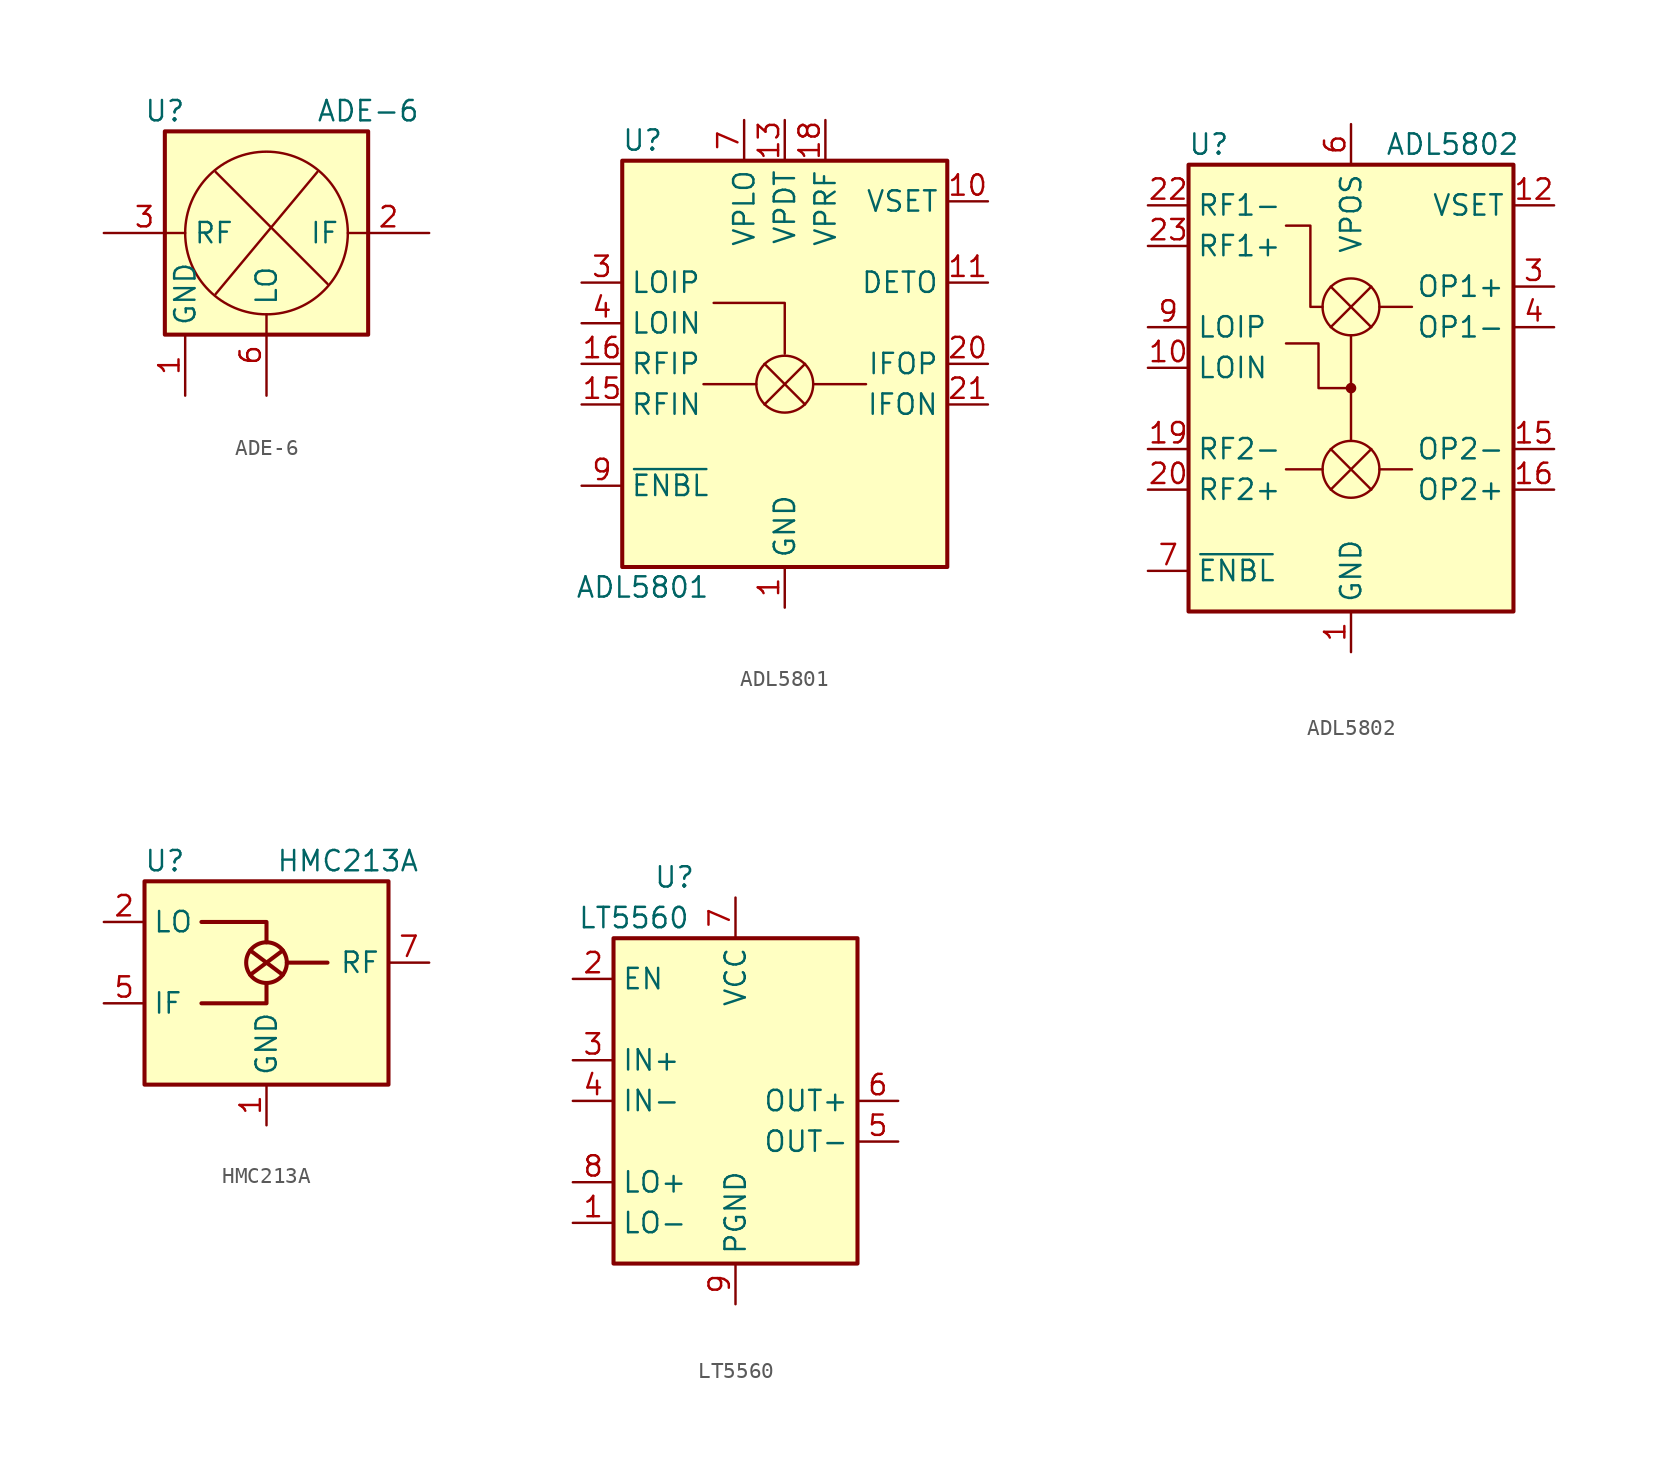
<source format=kicad_sym>
(kicad_symbol_lib
  (version 20201005)
  (generator kicad_symbol_editor)
  (symbol "RF_Mixer:ADE-6"
    (property "Reference" "U"
      (at -6.35 7.62 0)
      (effects (font (size 1.27 1.27))))
    (property "Value" "ADE-6"
      (at 6.35 7.62 0)
      (effects (font (size 1.27 1.27))))
    (symbol "ADE-6_0_1"
      (circle (center 0 0) (radius 5.08) (stroke (width 0)) (fill (type none)))
      (rectangle (start -6.35 6.35) (end 6.35 -6.35) (stroke (width 0.254)) (fill (type background)))
      (polyline (pts (xy -3.175 -3.81) (xy 3.175 3.81)) (stroke (width 0)) (fill (type none)))
      (polyline (pts (xy 3.81 -3.175) (xy -3.175 3.81)) (stroke (width 0)) (fill (type none))))
    (symbol "ADE-6_1_1"
      (pin power_in line (at -5.08 -10.16 90) (length 3.81) (name "GND" (effects (font (size 1.27 1.27)))) (number "1" (effects (font (size 1.27 1.27)))))
      (pin output line (at 10.16 0 180) (length 5.08) (name "IF" (effects (font (size 1.27 1.27)))) (number "2" (effects (font (size 1.27 1.27)))))
      (pin input line (at -10.16 0 0) (length 5.08) (name "RF" (effects (font (size 1.27 1.27)))) (number "3" (effects (font (size 1.27 1.27)))))
      (pin passive line (at -5.08 -10.16 90) (length 3.81) hide (name "GND" (effects (font (size 1.27 1.27)))) (number "4" (effects (font (size 1.27 1.27)))))
      (pin passive line (at -5.08 -10.16 90) (length 3.81) hide (name "GND" (effects (font (size 1.27 1.27)))) (number "5" (effects (font (size 1.27 1.27)))))
      (pin input line (at 0 -10.16 90) (length 5.08) (name "LO" (effects (font (size 1.27 1.27)))) (number "6" (effects (font (size 1.27 1.27)))))))
  (symbol "RF_Mixer:ADL5801"
    (property "Reference" "U"
      (at -8.89 13.97 0)
      (effects (font (size 1.27 1.27))))
    (property "Value" "ADL5801"
      (at -8.89 -13.97 0)
      (effects (font (size 1.27 1.27))))
    (symbol "ADL5801_0_1"
      (rectangle (start -10.16 12.7) (end 10.16 -12.7) (stroke (width 0.254)) (fill (type background)))
      (polyline (pts (xy -4.445 3.81) (xy 0 3.81) (xy 0 0.635)) (stroke (width 0)) (fill (type none))))
    (symbol "ADL5801_1_1"
      (circle (center 0 -1.27) (radius 1.778) (stroke (width 0)) (fill (type none)))
      (polyline (pts (xy -1.778 -1.27) (xy -5.08 -1.27)) (stroke (width 0)) (fill (type none)))
      (polyline (pts (xy -1.27 -2.54) (xy 1.27 0)) (stroke (width 0)) (fill (type none)))
      (polyline (pts (xy -1.27 0) (xy 1.27 -2.54)) (stroke (width 0)) (fill (type none)))
      (polyline (pts (xy 1.778 -1.27) (xy 5.08 -1.27)) (stroke (width 0)) (fill (type none)))
      (pin power_in line (at 0 -15.24 90) (length 2.54) (name "GND" (effects (font (size 1.27 1.27)))) (number "1" (effects (font (size 1.27 1.27)))))
      (pin input line (at 12.7 10.16 180) (length 2.54) (name "VSET" (effects (font (size 1.27 1.27)))) (number "10" (effects (font (size 1.27 1.27)))))
      (pin output line (at 12.7 5.08 180) (length 2.54) (name "DETO" (effects (font (size 1.27 1.27)))) (number "11" (effects (font (size 1.27 1.27)))))
      (pin passive line (at 0 -15.24 90) (length 2.54) hide (name "GND" (effects (font (size 1.27 1.27)))) (number "12" (effects (font (size 1.27 1.27)))))
      (pin power_in line (at 0 15.24 270) (length 2.54) (name "VPDT" (effects (font (size 1.27 1.27)))) (number "13" (effects (font (size 1.27 1.27)))))
      (pin passive line (at 0 -15.24 90) (length 2.54) hide (name "GND" (effects (font (size 1.27 1.27)))) (number "14" (effects (font (size 1.27 1.27)))))
      (pin input line (at -12.7 -2.54 0) (length 2.54) (name "RFIN" (effects (font (size 1.27 1.27)))) (number "15" (effects (font (size 1.27 1.27)))))
      (pin input line (at -12.7 0 0) (length 2.54) (name "RFIP" (effects (font (size 1.27 1.27)))) (number "16" (effects (font (size 1.27 1.27)))))
      (pin passive line (at 0 -15.24 90) (length 2.54) hide (name "GND" (effects (font (size 1.27 1.27)))) (number "17" (effects (font (size 1.27 1.27)))))
      (pin power_in line (at 2.54 15.24 270) (length 2.54) (name "VPRF" (effects (font (size 1.27 1.27)))) (number "18" (effects (font (size 1.27 1.27)))))
      (pin passive line (at 0 -15.24 90) (length 2.54) hide (name "GND" (effects (font (size 1.27 1.27)))) (number "19" (effects (font (size 1.27 1.27)))))
      (pin passive line (at 0 -15.24 90) (length 2.54) hide (name "GND" (effects (font (size 1.27 1.27)))) (number "2" (effects (font (size 1.27 1.27)))))
      (pin output line (at 12.7 0 180) (length 2.54) (name "IFOP" (effects (font (size 1.27 1.27)))) (number "20" (effects (font (size 1.27 1.27)))))
      (pin output line (at 12.7 -2.54 180) (length 2.54) (name "IFON" (effects (font (size 1.27 1.27)))) (number "21" (effects (font (size 1.27 1.27)))))
      (pin no_connect line (at 10.16 -7.62 180) (length 2.54) hide (name "NC" (effects (font (size 1.27 1.27)))) (number "22" (effects (font (size 1.27 1.27)))))
      (pin passive line (at 0 -15.24 90) (length 2.54) hide (name "GND" (effects (font (size 1.27 1.27)))) (number "23" (effects (font (size 1.27 1.27)))))
      (pin passive line (at -2.54 15.24 270) (length 2.54) hide (name "VPLO" (effects (font (size 1.27 1.27)))) (number "24" (effects (font (size 1.27 1.27)))))
      (pin passive line (at 0 -15.24 90) (length 2.54) hide (name "GND" (effects (font (size 1.27 1.27)))) (number "25" (effects (font (size 1.27 1.27)))))
      (pin input line (at -12.7 5.08 0) (length 2.54) (name "LOIP" (effects (font (size 1.27 1.27)))) (number "3" (effects (font (size 1.27 1.27)))))
      (pin input line (at -12.7 2.54 0) (length 2.54) (name "LOIN" (effects (font (size 1.27 1.27)))) (number "4" (effects (font (size 1.27 1.27)))))
      (pin passive line (at 0 -15.24 90) (length 2.54) hide (name "GND" (effects (font (size 1.27 1.27)))) (number "5" (effects (font (size 1.27 1.27)))))
      (pin passive line (at 0 -15.24 90) (length 2.54) hide (name "GND" (effects (font (size 1.27 1.27)))) (number "6" (effects (font (size 1.27 1.27)))))
      (pin power_in line (at -2.54 15.24 270) (length 2.54) (name "VPLO" (effects (font (size 1.27 1.27)))) (number "7" (effects (font (size 1.27 1.27)))))
      (pin passive line (at 0 -15.24 90) (length 2.54) hide (name "GND" (effects (font (size 1.27 1.27)))) (number "8" (effects (font (size 1.27 1.27)))))
      (pin input line (at -12.7 -7.62 0) (length 2.54) (name "~ENBL" (effects (font (size 1.27 1.27)))) (number "9" (effects (font (size 1.27 1.27)))))))
  (symbol "RF_Mixer:ADL5802"
    (property "Reference" "U"
      (at -8.89 16.51 0)
      (effects (font (size 1.27 1.27))))
    (property "Value" "ADL5802"
      (at 6.35 16.51 0)
      (effects (font (size 1.27 1.27))))
    (symbol "ADL5802_0_1"
      (circle (center 0 1.27) (radius 0.254) (stroke (width 0)) (fill (type outline)))
      (rectangle (start -10.16 15.24) (end 10.16 -12.7) (stroke (width 0.254)) (fill (type background)))
      (polyline (pts (xy -1.778 -3.81) (xy -4.064 -3.81)) (stroke (width 0)) (fill (type none)))
      (polyline (pts (xy 0 4.572) (xy 0 -2.032)) (stroke (width 0)) (fill (type none)))
      (polyline (pts (xy -1.778 6.35) (xy -2.54 6.35) (xy -2.54 11.43) (xy -4.064 11.43)) (stroke (width 0)) (fill (type none)))
      (polyline (pts (xy 0 1.27) (xy -2.032 1.27) (xy -2.032 4.064) (xy -3.048 4.064) (xy -4.064 4.064)) (stroke (width 0)) (fill (type none))))
    (symbol "ADL5802_1_1"
      (circle (center 0 -3.81) (radius 1.778) (stroke (width 0)) (fill (type none)))
      (circle (center 0 6.35) (radius 1.778) (stroke (width 0)) (fill (type none)))
      (rectangle (start 3.81 -3.81) (end 1.778 -3.81) (stroke (width 0)) (fill (type none)))
      (rectangle (start 3.81 6.35) (end 1.778 6.35) (stroke (width 0)) (fill (type none)))
      (polyline (pts (xy -1.27 -5.08) (xy 1.27 -2.54)) (stroke (width 0)) (fill (type none)))
      (polyline (pts (xy -1.27 -2.54) (xy 1.27 -5.08)) (stroke (width 0)) (fill (type none)))
      (polyline (pts (xy -1.27 5.08) (xy 1.27 7.62)) (stroke (width 0)) (fill (type none)))
      (polyline (pts (xy -1.27 7.62) (xy 1.27 5.08)) (stroke (width 0)) (fill (type none)))
      (pin power_in line (at 0 -15.24 90) (length 2.54) (name "GND" (effects (font (size 1.27 1.27)))) (number "1" (effects (font (size 1.27 1.27)))))
      (pin input line (at -12.7 2.54 0) (length 2.54) (name "LOIN" (effects (font (size 1.27 1.27)))) (number "10" (effects (font (size 1.27 1.27)))))
      (pin passive line (at 0 -15.24 90) (length 2.54) hide (name "GND" (effects (font (size 1.27 1.27)))) (number "11" (effects (font (size 1.27 1.27)))))
      (pin input line (at 12.7 12.7 180) (length 2.54) (name "VSET" (effects (font (size 1.27 1.27)))) (number "12" (effects (font (size 1.27 1.27)))))
      (pin passive line (at 0 17.78 270) (length 2.54) hide (name "VPOS" (effects (font (size 1.27 1.27)))) (number "13" (effects (font (size 1.27 1.27)))))
      (pin passive line (at 0 -15.24 90) (length 2.54) hide (name "GND" (effects (font (size 1.27 1.27)))) (number "14" (effects (font (size 1.27 1.27)))))
      (pin output line (at 12.7 -2.54 180) (length 2.54) (name "OP2-" (effects (font (size 1.27 1.27)))) (number "15" (effects (font (size 1.27 1.27)))))
      (pin output line (at 12.7 -5.08 180) (length 2.54) (name "OP2+" (effects (font (size 1.27 1.27)))) (number "16" (effects (font (size 1.27 1.27)))))
      (pin passive line (at 0 -15.24 90) (length 2.54) hide (name "GND" (effects (font (size 1.27 1.27)))) (number "17" (effects (font (size 1.27 1.27)))))
      (pin passive line (at 0 -15.24 90) (length 2.54) hide (name "GND" (effects (font (size 1.27 1.27)))) (number "18" (effects (font (size 1.27 1.27)))))
      (pin input line (at -12.7 -2.54 0) (length 2.54) (name "RF2-" (effects (font (size 1.27 1.27)))) (number "19" (effects (font (size 1.27 1.27)))))
      (pin passive line (at 0 -15.24 90) (length 2.54) hide (name "GND" (effects (font (size 1.27 1.27)))) (number "2" (effects (font (size 1.27 1.27)))))
      (pin input line (at -12.7 -5.08 0) (length 2.54) (name "RF2+" (effects (font (size 1.27 1.27)))) (number "20" (effects (font (size 1.27 1.27)))))
      (pin passive line (at 0 -15.24 90) (length 2.54) hide (name "GND" (effects (font (size 1.27 1.27)))) (number "21" (effects (font (size 1.27 1.27)))))
      (pin input line (at -12.7 12.7 0) (length 2.54) (name "RF1-" (effects (font (size 1.27 1.27)))) (number "22" (effects (font (size 1.27 1.27)))))
      (pin input line (at -12.7 10.16 0) (length 2.54) (name "RF1+" (effects (font (size 1.27 1.27)))) (number "23" (effects (font (size 1.27 1.27)))))
      (pin passive line (at 0 17.78 270) (length 2.54) hide (name "VPOS" (effects (font (size 1.27 1.27)))) (number "24" (effects (font (size 1.27 1.27)))))
      (pin passive line (at 0 -15.24 90) (length 2.54) hide (name "GND" (effects (font (size 1.27 1.27)))) (number "25" (effects (font (size 1.27 1.27)))))
      (pin output line (at 12.7 7.62 180) (length 2.54) (name "OP1+" (effects (font (size 1.27 1.27)))) (number "3" (effects (font (size 1.27 1.27)))))
      (pin output line (at 12.7 5.08 180) (length 2.54) (name "OP1-" (effects (font (size 1.27 1.27)))) (number "4" (effects (font (size 1.27 1.27)))))
      (pin passive line (at 0 -15.24 90) (length 2.54) hide (name "GND" (effects (font (size 1.27 1.27)))) (number "5" (effects (font (size 1.27 1.27)))))
      (pin power_in line (at 0 17.78 270) (length 2.54) (name "VPOS" (effects (font (size 1.27 1.27)))) (number "6" (effects (font (size 1.27 1.27)))))
      (pin input line (at -12.7 -10.16 0) (length 2.54) (name "~ENBL" (effects (font (size 1.27 1.27)))) (number "7" (effects (font (size 1.27 1.27)))))
      (pin passive line (at 0 -15.24 90) (length 2.54) hide (name "GND" (effects (font (size 1.27 1.27)))) (number "8" (effects (font (size 1.27 1.27)))))
      (pin input line (at -12.7 5.08 0) (length 2.54) (name "LOIP" (effects (font (size 1.27 1.27)))) (number "9" (effects (font (size 1.27 1.27)))))))
  (symbol "RF_Mixer:HMC213A"
    (property "Reference" "U"
      (at -6.35 8.89 0)
      (effects (font (size 1.27 1.27))))
    (property "Value" "HMC213A"
      (at 5.08 8.89 0)
      (effects (font (size 1.27 1.27))))
    (symbol "HMC213A_0_1"
      (circle (center 0 2.54) (radius 1.27) (stroke (width 0.254)) (fill (type none)))
      (rectangle (start -7.62 7.62) (end 7.62 -5.08) (stroke (width 0.254)) (fill (type background)))
      (polyline (pts (xy -1.016 1.778) (xy 1.016 3.302)) (stroke (width 0.254)) (fill (type none)))
      (polyline (pts (xy -1.016 3.302) (xy 1.016 1.778)) (stroke (width 0.254)) (fill (type none)))
      (polyline (pts (xy 1.27 2.54) (xy 3.81 2.54)) (stroke (width 0.254)) (fill (type none)))
      (polyline (pts (xy 0 1.27) (xy 0 0) (xy -4.064 0)) (stroke (width 0.254)) (fill (type none)))
      (polyline (pts (xy 0 3.81) (xy 0 5.08) (xy -4.064 5.08)) (stroke (width 0.254)) (fill (type none))))
    (symbol "HMC213A_1_1"
      (pin power_in line (at 0 -7.62 90) (length 2.54) (name "GND" (effects (font (size 1.27 1.27)))) (number "1" (effects (font (size 1.27 1.27)))))
      (pin passive line (at -10.16 5.08 0) (length 2.54) (name "LO" (effects (font (size 1.27 1.27)))) (number "2" (effects (font (size 1.27 1.27)))))
      (pin passive line (at 0 -7.62 90) (length 2.54) hide (name "GND" (effects (font (size 1.27 1.27)))) (number "3" (effects (font (size 1.27 1.27)))))
      (pin no_connect line (at 5.08 -5.08 90) (length 2.54) hide (name "NC" (effects (font (size 1.27 1.27)))) (number "4" (effects (font (size 1.27 1.27)))))
      (pin passive line (at -10.16 0 0) (length 2.54) (name "IF" (effects (font (size 1.27 1.27)))) (number "5" (effects (font (size 1.27 1.27)))))
      (pin passive line (at 0 -7.62 90) (length 2.54) hide (name "GND" (effects (font (size 1.27 1.27)))) (number "6" (effects (font (size 1.27 1.27)))))
      (pin passive line (at 10.16 2.54 180) (length 2.54) (name "RF" (effects (font (size 1.27 1.27)))) (number "7" (effects (font (size 1.27 1.27)))))
      (pin passive line (at 0 -7.62 90) (length 2.54) hide (name "GND" (effects (font (size 1.27 1.27)))) (number "8" (effects (font (size 1.27 1.27)))))))
  (symbol "RF_Mixer:LT5560"
    (property "Reference" "U"
      (at -3.81 13.97 0)
      (effects (font (size 1.27 1.27))))
    (property "Value" "LT5560"
      (at -6.35 11.43 0)
      (effects (font (size 1.27 1.27))))
    (symbol "LT5560_0_1"
      (rectangle (start -7.62 10.16) (end 7.62 -10.16) (stroke (width 0.254)) (fill (type background))))
    (symbol "LT5560_1_1"
      (pin input line (at -10.16 -7.62 0) (length 2.54) (name "LO-" (effects (font (size 1.27 1.27)))) (number "1" (effects (font (size 1.27 1.27)))))
      (pin input line (at -10.16 7.62 0) (length 2.54) (name "EN" (effects (font (size 1.27 1.27)))) (number "2" (effects (font (size 1.27 1.27)))))
      (pin input line (at -10.16 2.54 0) (length 2.54) (name "IN+" (effects (font (size 1.27 1.27)))) (number "3" (effects (font (size 1.27 1.27)))))
      (pin input line (at -10.16 0 0) (length 2.54) (name "IN-" (effects (font (size 1.27 1.27)))) (number "4" (effects (font (size 1.27 1.27)))))
      (pin output line (at 10.16 -2.54 180) (length 2.54) (name "OUT-" (effects (font (size 1.27 1.27)))) (number "5" (effects (font (size 1.27 1.27)))))
      (pin output line (at 10.16 0 180) (length 2.54) (name "OUT+" (effects (font (size 1.27 1.27)))) (number "6" (effects (font (size 1.27 1.27)))))
      (pin power_in line (at 0 12.7 270) (length 2.54) (name "VCC" (effects (font (size 1.27 1.27)))) (number "7" (effects (font (size 1.27 1.27)))))
      (pin input line (at -10.16 -5.08 0) (length 2.54) (name "LO+" (effects (font (size 1.27 1.27)))) (number "8" (effects (font (size 1.27 1.27)))))
      (pin power_in line (at 0 -12.7 90) (length 2.54) (name "PGND" (effects (font (size 1.27 1.27)))) (number "9" (effects (font (size 1.27 1.27))))))))
</source>
